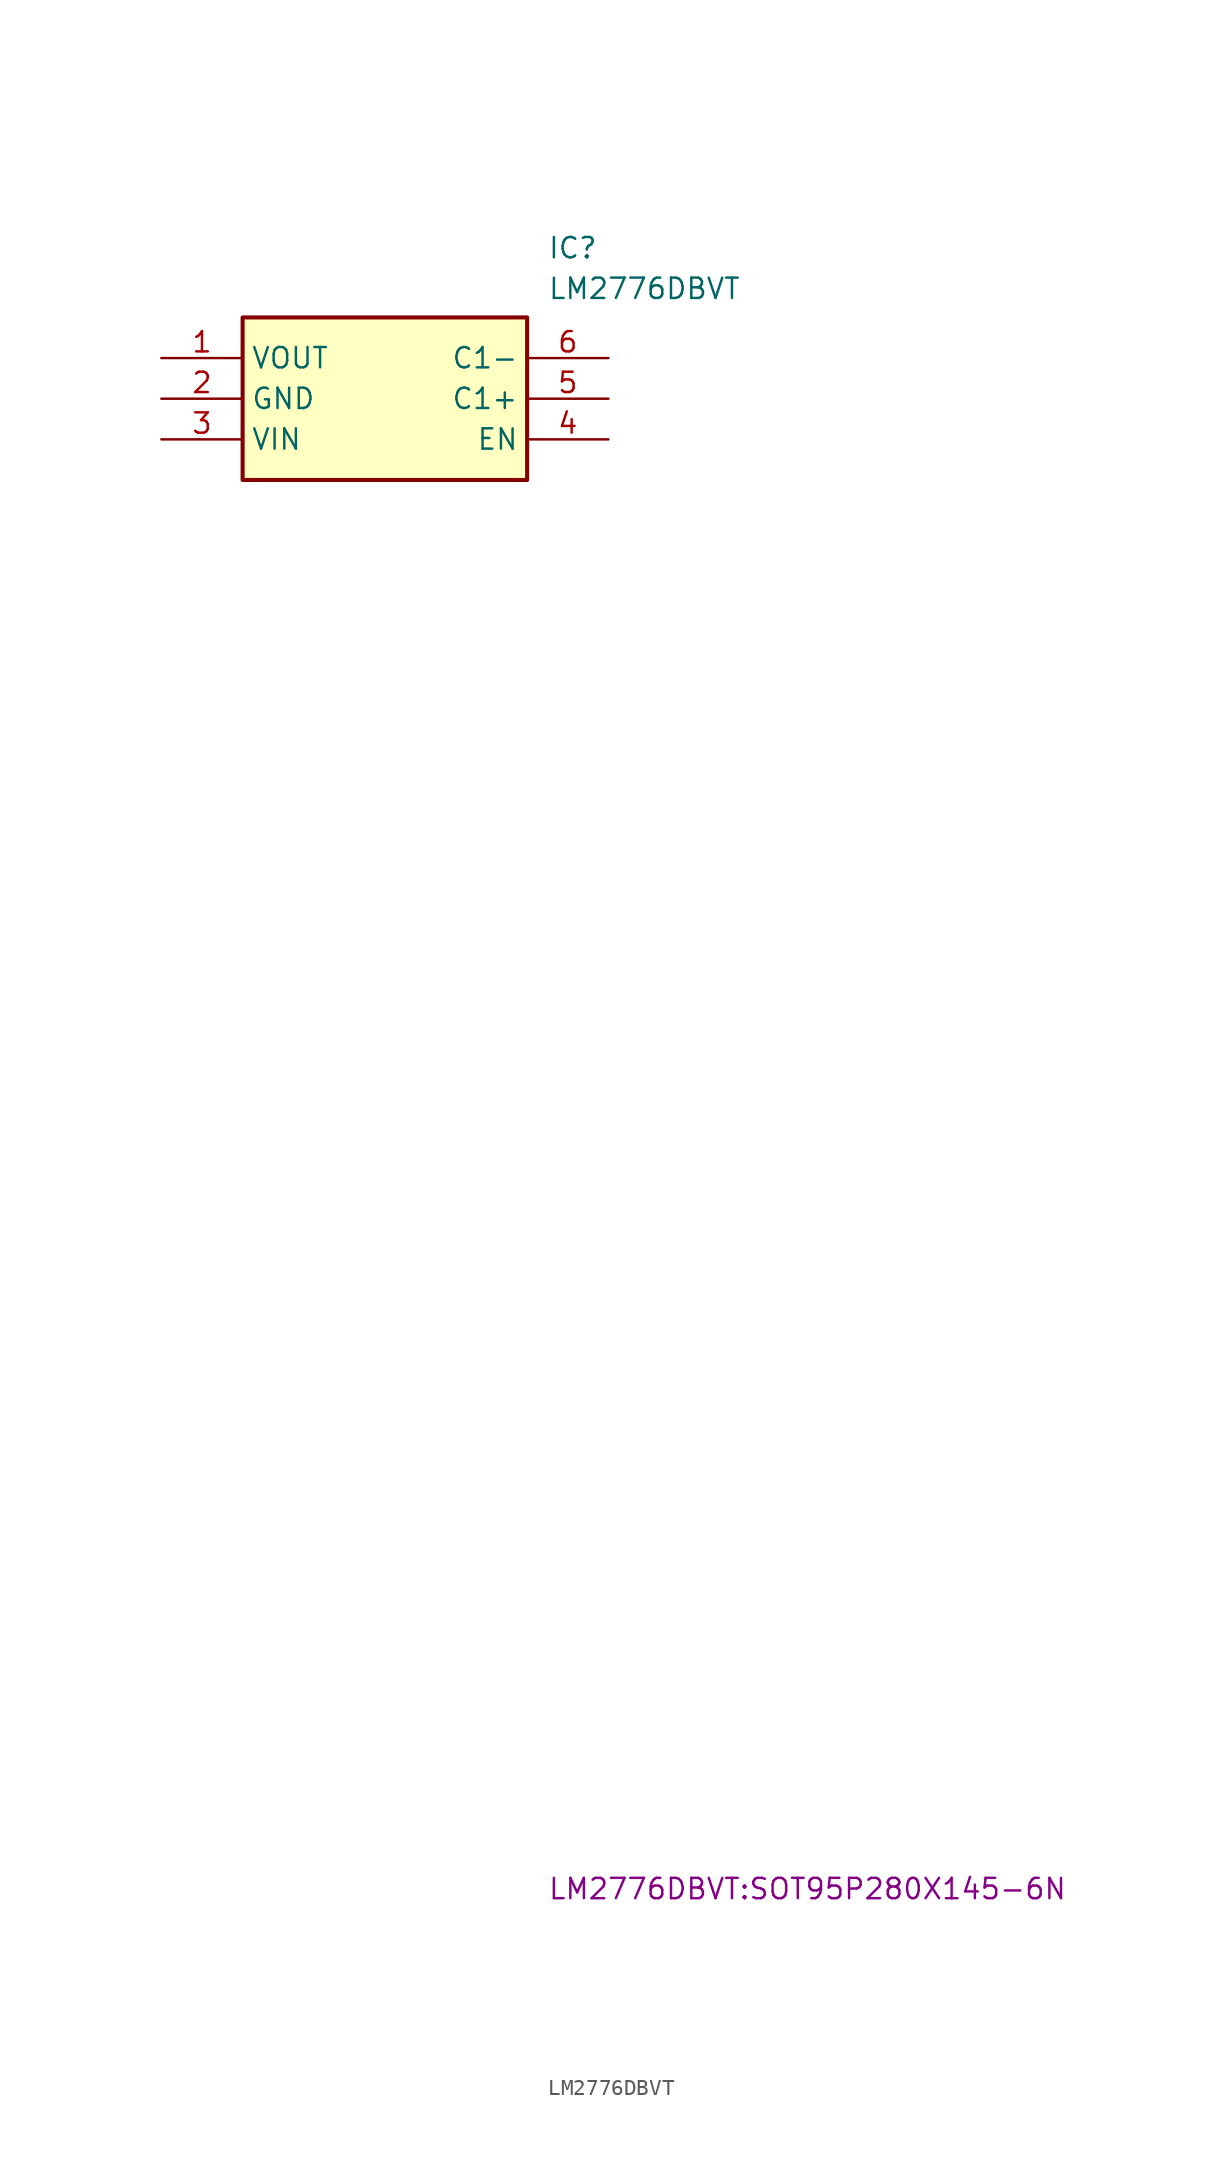
<source format=kicad_sym>
(kicad_symbol_lib
  (version 20220914)
  (generator kicad_symbol_editor)
  (symbol "LM2776DBVT"
    (property "Reference" "IC"
      (at 24.13 7.62 0)
      (effects (font (size 1.27 1.27)) (justify left top)))
    (property "Value" "LM2776DBVT"
      (at 24.13 5.08 0)
      (effects (font (size 1.27 1.27)) (justify left top)))
    (property "Footprint" "LM2776DBVT:SOT95P280X145-6N"
      (at 24.13 -94.92 0)
      (effects (font (size 1.27 1.27)) (justify left top)))
    (symbol "LM2776DBVT_1_1"
      (rectangle (start 5.08 2.54) (end 22.86 -7.62) (stroke (width 0.254) (type default)) (fill (type background)))
      (pin passive line (at 0 0 0) (length 5.08) (name "VOUT" (effects (font (size 1.27 1.27)))) (number "1" (effects (font (size 1.27 1.27)))))
      (pin passive line (at 0 -2.54 0) (length 5.08) (name "GND" (effects (font (size 1.27 1.27)))) (number "2" (effects (font (size 1.27 1.27)))))
      (pin passive line (at 0 -5.08 0) (length 5.08) (name "VIN" (effects (font (size 1.27 1.27)))) (number "3" (effects (font (size 1.27 1.27)))))
      (pin passive line (at 27.94 -5.08 180) (length 5.08) (name "EN" (effects (font (size 1.27 1.27)))) (number "4" (effects (font (size 1.27 1.27)))))
      (pin passive line (at 27.94 -2.54 180) (length 5.08) (name "C1+" (effects (font (size 1.27 1.27)))) (number "5" (effects (font (size 1.27 1.27)))))
      (pin passive line (at 27.94 0 180) (length 5.08) (name "C1-" (effects (font (size 1.27 1.27)))) (number "6" (effects (font (size 1.27 1.27))))))))
</source>
